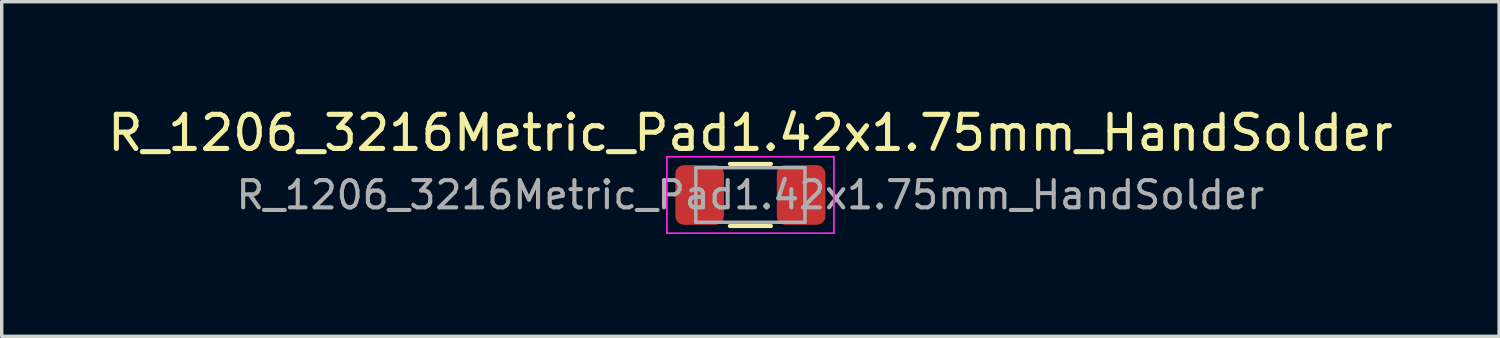
<source format=kicad_pcb>
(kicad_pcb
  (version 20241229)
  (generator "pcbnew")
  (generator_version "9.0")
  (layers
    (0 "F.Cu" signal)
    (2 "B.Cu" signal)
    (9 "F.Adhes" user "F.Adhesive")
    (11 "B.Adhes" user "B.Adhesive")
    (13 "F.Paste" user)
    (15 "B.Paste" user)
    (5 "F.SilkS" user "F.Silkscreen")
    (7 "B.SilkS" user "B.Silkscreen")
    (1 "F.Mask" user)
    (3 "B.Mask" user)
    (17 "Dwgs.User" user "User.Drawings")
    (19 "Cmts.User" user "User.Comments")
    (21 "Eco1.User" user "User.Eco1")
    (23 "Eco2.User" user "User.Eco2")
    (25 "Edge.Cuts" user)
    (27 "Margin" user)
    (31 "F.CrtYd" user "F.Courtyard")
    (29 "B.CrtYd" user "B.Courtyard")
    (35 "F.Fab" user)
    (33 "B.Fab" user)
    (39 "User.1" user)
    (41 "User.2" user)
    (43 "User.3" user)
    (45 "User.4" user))
  (footprint "R_1206_3216Metric_Pad1.42x1.75mm_HandSolder"
    (layer "F.Cu")
    (at 18.958 2.668)
    (property "Reference" "R_1206_3216Metric_Pad1.42x1.75mm_HandSolder" (at 0 -1.82 0) (layer "F.SilkS") (effects (font (size 1 1) (thickness 0.15))))
    (attr smd)
    (fp_line (start -0.602 -0.91) (end 0.602 -0.91) (stroke (width 0.12) (type solid)) (layer "F.SilkS"))
    (fp_line (start -0.602 0.91) (end 0.602 0.91) (stroke (width 0.12) (type solid)) (layer "F.SilkS"))
    (fp_line (start -2.45 -1.12) (end 2.45 -1.12) (stroke (width 0.05) (type solid)) (layer "F.CrtYd"))
    (fp_line (start -2.45 1.12) (end -2.45 -1.12) (stroke (width 0.05) (type solid)) (layer "F.CrtYd"))
    (fp_line (start 2.45 -1.12) (end 2.45 1.12) (stroke (width 0.05) (type solid)) (layer "F.CrtYd"))
    (fp_line (start 2.45 1.12) (end -2.45 1.12) (stroke (width 0.05) (type solid)) (layer "F.CrtYd"))
    (fp_line (start -1.6 -0.8) (end 1.6 -0.8) (stroke (width 0.1) (type solid)) (layer "F.Fab"))
    (fp_line (start -1.6 0.8) (end -1.6 -0.8) (stroke (width 0.1) (type solid)) (layer "F.Fab"))
    (fp_line (start 1.6 -0.8) (end 1.6 0.8) (stroke (width 0.1) (type solid)) (layer "F.Fab"))
    (fp_line (start 1.6 0.8) (end -1.6 0.8) (stroke (width 0.1) (type solid)) (layer "F.Fab"))
    (fp_text user "${REFERENCE}" (at 0 0 0) (layer "F.Fab") (effects (font (size 0.8 0.8) (thickness 0.12))))
    (pad "1" smd roundrect (at -1.488 0) (size 1.425 1.75) (layers "F.Cu" "F.Mask" "F.Paste") (roundrect_rratio 0.175))
    (pad "2" smd roundrect (at 1.488 0) (size 1.425 1.75) (layers "F.Cu" "F.Mask" "F.Paste") (roundrect_rratio 0.175)))
  (gr_rect
    (start -3 -3)
    (end 40.917 6.813)
    (stroke (width 0.1) (type default))
    (fill no)
    (layer "Edge.Cuts")))
</source>
